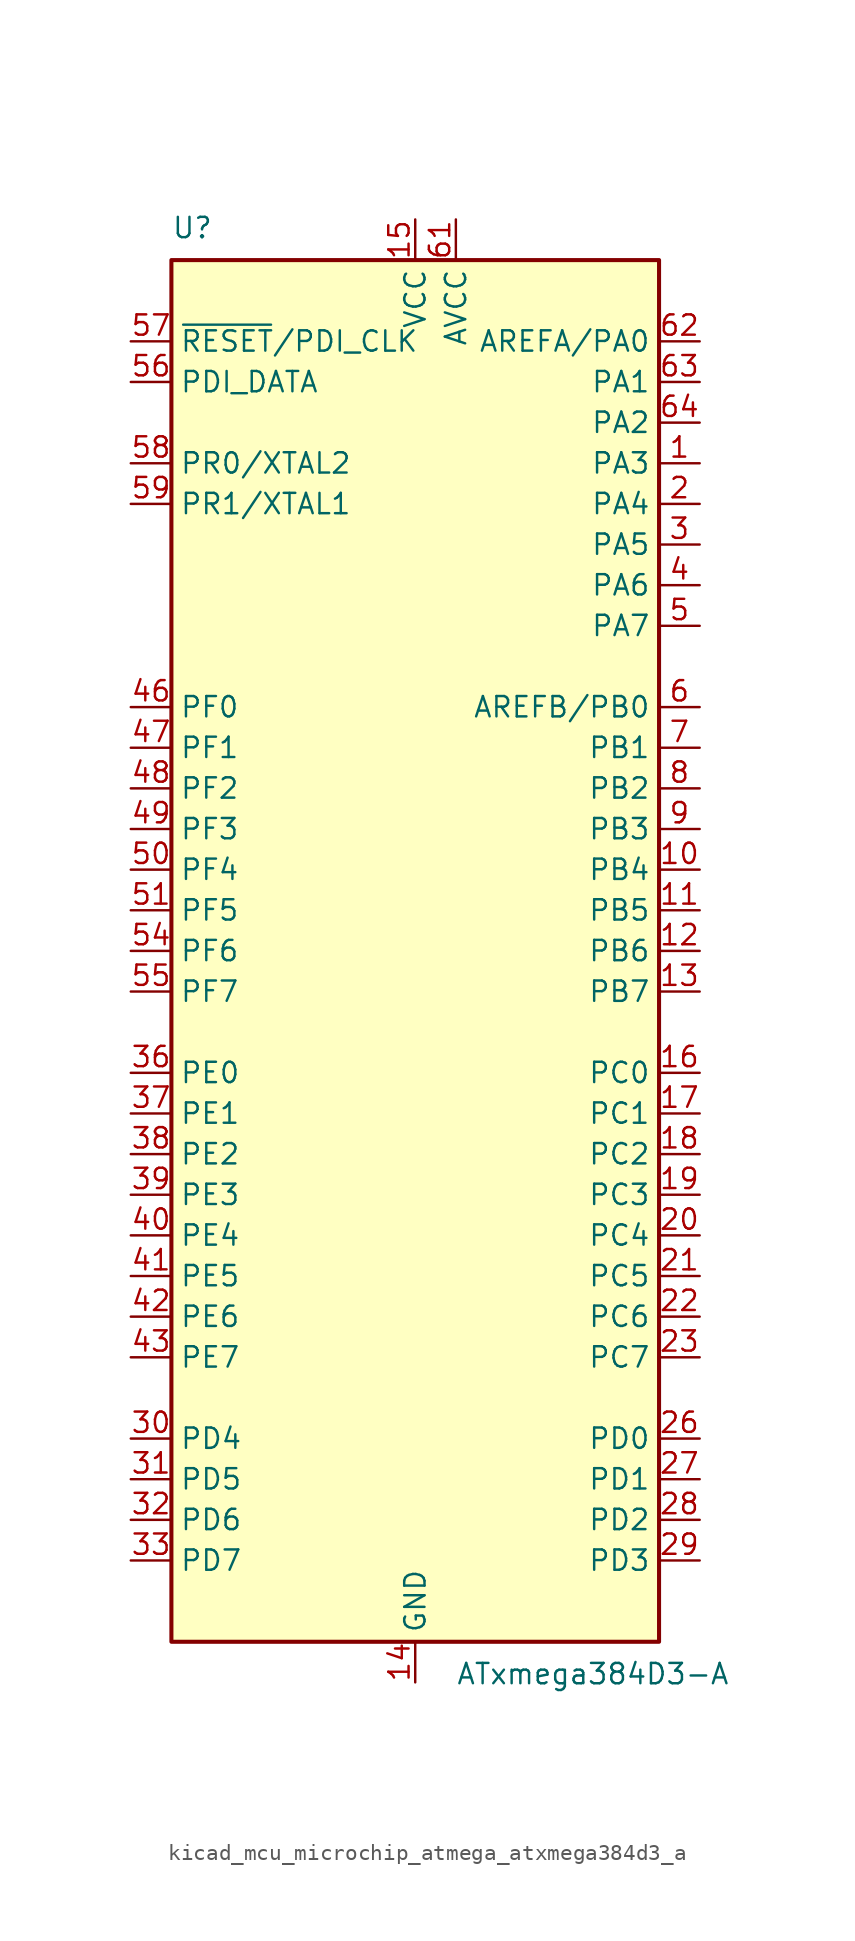
<source format=kicad_sym>
(kicad_symbol_lib
  (version 20220914)
  (generator kicad_symbol_editor)
  (symbol "kicad_mcu_microchip_atmega_atxmega384d3_a"
    (property "Reference" "U"
      (at -15.24 44.45 0)
      (effects (font (size 1.27 1.27)) (justify left bottom)))
    (property "Value" "ATxmega384D3-A"
      (at 2.54 -44.45 0)
      (effects (font (size 1.27 1.27)) (justify left top)))
    (symbol "kicad_mcu_microchip_atmega_atxmega384d3_a_0_1"
      (rectangle (start -15.24 -43.18) (end 15.24 43.18) (stroke (width 0.254) (type default)) (fill (type background))))
    (symbol "kicad_mcu_microchip_atmega_atxmega384d3_a_1_1"
      (pin bidirectional line (at 17.78 30.48 180) (length 2.54) (name "PA3" (effects (font (size 1.27 1.27)))) (number "1" (effects (font (size 1.27 1.27)))))
      (pin bidirectional line (at 17.78 5.08 180) (length 2.54) (name "PB4" (effects (font (size 1.27 1.27)))) (number "10" (effects (font (size 1.27 1.27)))))
      (pin bidirectional line (at 17.78 2.54 180) (length 2.54) (name "PB5" (effects (font (size 1.27 1.27)))) (number "11" (effects (font (size 1.27 1.27)))))
      (pin bidirectional line (at 17.78 0 180) (length 2.54) (name "PB6" (effects (font (size 1.27 1.27)))) (number "12" (effects (font (size 1.27 1.27)))))
      (pin bidirectional line (at 17.78 -2.54 180) (length 2.54) (name "PB7" (effects (font (size 1.27 1.27)))) (number "13" (effects (font (size 1.27 1.27)))))
      (pin power_in line (at 0 -45.72 90) (length 2.54) (name "GND" (effects (font (size 1.27 1.27)))) (number "14" (effects (font (size 1.27 1.27)))))
      (pin power_in line (at 0 45.72 270) (length 2.54) (name "VCC" (effects (font (size 1.27 1.27)))) (number "15" (effects (font (size 1.27 1.27)))))
      (pin bidirectional line (at 17.78 -7.62 180) (length 2.54) (name "PC0" (effects (font (size 1.27 1.27)))) (number "16" (effects (font (size 1.27 1.27)))))
      (pin bidirectional line (at 17.78 -10.16 180) (length 2.54) (name "PC1" (effects (font (size 1.27 1.27)))) (number "17" (effects (font (size 1.27 1.27)))))
      (pin bidirectional line (at 17.78 -12.7 180) (length 2.54) (name "PC2" (effects (font (size 1.27 1.27)))) (number "18" (effects (font (size 1.27 1.27)))))
      (pin bidirectional line (at 17.78 -15.24 180) (length 2.54) (name "PC3" (effects (font (size 1.27 1.27)))) (number "19" (effects (font (size 1.27 1.27)))))
      (pin bidirectional line (at 17.78 27.94 180) (length 2.54) (name "PA4" (effects (font (size 1.27 1.27)))) (number "2" (effects (font (size 1.27 1.27)))))
      (pin bidirectional line (at 17.78 -17.78 180) (length 2.54) (name "PC4" (effects (font (size 1.27 1.27)))) (number "20" (effects (font (size 1.27 1.27)))))
      (pin bidirectional line (at 17.78 -20.32 180) (length 2.54) (name "PC5" (effects (font (size 1.27 1.27)))) (number "21" (effects (font (size 1.27 1.27)))))
      (pin bidirectional line (at 17.78 -22.86 180) (length 2.54) (name "PC6" (effects (font (size 1.27 1.27)))) (number "22" (effects (font (size 1.27 1.27)))))
      (pin bidirectional line (at 17.78 -25.4 180) (length 2.54) (name "PC7" (effects (font (size 1.27 1.27)))) (number "23" (effects (font (size 1.27 1.27)))))
      (pin passive line (at 0 -45.72 90) (length 2.54) hide (name "GND" (effects (font (size 1.27 1.27)))) (number "24" (effects (font (size 1.27 1.27)))))
      (pin passive line (at 0 45.72 270) (length 2.54) hide (name "VCC" (effects (font (size 1.27 1.27)))) (number "25" (effects (font (size 1.27 1.27)))))
      (pin bidirectional line (at 17.78 -30.48 180) (length 2.54) (name "PD0" (effects (font (size 1.27 1.27)))) (number "26" (effects (font (size 1.27 1.27)))))
      (pin bidirectional line (at 17.78 -33.02 180) (length 2.54) (name "PD1" (effects (font (size 1.27 1.27)))) (number "27" (effects (font (size 1.27 1.27)))))
      (pin bidirectional line (at 17.78 -35.56 180) (length 2.54) (name "PD2" (effects (font (size 1.27 1.27)))) (number "28" (effects (font (size 1.27 1.27)))))
      (pin bidirectional line (at 17.78 -38.1 180) (length 2.54) (name "PD3" (effects (font (size 1.27 1.27)))) (number "29" (effects (font (size 1.27 1.27)))))
      (pin bidirectional line (at 17.78 25.4 180) (length 2.54) (name "PA5" (effects (font (size 1.27 1.27)))) (number "3" (effects (font (size 1.27 1.27)))))
      (pin bidirectional line (at -17.78 -30.48 0) (length 2.54) (name "PD4" (effects (font (size 1.27 1.27)))) (number "30" (effects (font (size 1.27 1.27)))))
      (pin bidirectional line (at -17.78 -33.02 0) (length 2.54) (name "PD5" (effects (font (size 1.27 1.27)))) (number "31" (effects (font (size 1.27 1.27)))))
      (pin bidirectional line (at -17.78 -35.56 0) (length 2.54) (name "PD6" (effects (font (size 1.27 1.27)))) (number "32" (effects (font (size 1.27 1.27)))))
      (pin bidirectional line (at -17.78 -38.1 0) (length 2.54) (name "PD7" (effects (font (size 1.27 1.27)))) (number "33" (effects (font (size 1.27 1.27)))))
      (pin passive line (at 0 -45.72 90) (length 2.54) hide (name "GND" (effects (font (size 1.27 1.27)))) (number "34" (effects (font (size 1.27 1.27)))))
      (pin passive line (at 0 45.72 270) (length 2.54) hide (name "VCC" (effects (font (size 1.27 1.27)))) (number "35" (effects (font (size 1.27 1.27)))))
      (pin bidirectional line (at -17.78 -7.62 0) (length 2.54) (name "PE0" (effects (font (size 1.27 1.27)))) (number "36" (effects (font (size 1.27 1.27)))))
      (pin bidirectional line (at -17.78 -10.16 0) (length 2.54) (name "PE1" (effects (font (size 1.27 1.27)))) (number "37" (effects (font (size 1.27 1.27)))))
      (pin bidirectional line (at -17.78 -12.7 0) (length 2.54) (name "PE2" (effects (font (size 1.27 1.27)))) (number "38" (effects (font (size 1.27 1.27)))))
      (pin bidirectional line (at -17.78 -15.24 0) (length 2.54) (name "PE3" (effects (font (size 1.27 1.27)))) (number "39" (effects (font (size 1.27 1.27)))))
      (pin bidirectional line (at 17.78 22.86 180) (length 2.54) (name "PA6" (effects (font (size 1.27 1.27)))) (number "4" (effects (font (size 1.27 1.27)))))
      (pin bidirectional line (at -17.78 -17.78 0) (length 2.54) (name "PE4" (effects (font (size 1.27 1.27)))) (number "40" (effects (font (size 1.27 1.27)))))
      (pin bidirectional line (at -17.78 -20.32 0) (length 2.54) (name "PE5" (effects (font (size 1.27 1.27)))) (number "41" (effects (font (size 1.27 1.27)))))
      (pin bidirectional line (at -17.78 -22.86 0) (length 2.54) (name "PE6" (effects (font (size 1.27 1.27)))) (number "42" (effects (font (size 1.27 1.27)))))
      (pin bidirectional line (at -17.78 -25.4 0) (length 2.54) (name "PE7" (effects (font (size 1.27 1.27)))) (number "43" (effects (font (size 1.27 1.27)))))
      (pin passive line (at 0 -45.72 90) (length 2.54) hide (name "GND" (effects (font (size 1.27 1.27)))) (number "44" (effects (font (size 1.27 1.27)))))
      (pin passive line (at 0 45.72 270) (length 2.54) hide (name "VCC" (effects (font (size 1.27 1.27)))) (number "45" (effects (font (size 1.27 1.27)))))
      (pin bidirectional line (at -17.78 15.24 0) (length 2.54) (name "PF0" (effects (font (size 1.27 1.27)))) (number "46" (effects (font (size 1.27 1.27)))))
      (pin bidirectional line (at -17.78 12.7 0) (length 2.54) (name "PF1" (effects (font (size 1.27 1.27)))) (number "47" (effects (font (size 1.27 1.27)))))
      (pin bidirectional line (at -17.78 10.16 0) (length 2.54) (name "PF2" (effects (font (size 1.27 1.27)))) (number "48" (effects (font (size 1.27 1.27)))))
      (pin bidirectional line (at -17.78 7.62 0) (length 2.54) (name "PF3" (effects (font (size 1.27 1.27)))) (number "49" (effects (font (size 1.27 1.27)))))
      (pin bidirectional line (at 17.78 20.32 180) (length 2.54) (name "PA7" (effects (font (size 1.27 1.27)))) (number "5" (effects (font (size 1.27 1.27)))))
      (pin bidirectional line (at -17.78 5.08 0) (length 2.54) (name "PF4" (effects (font (size 1.27 1.27)))) (number "50" (effects (font (size 1.27 1.27)))))
      (pin bidirectional line (at -17.78 2.54 0) (length 2.54) (name "PF5" (effects (font (size 1.27 1.27)))) (number "51" (effects (font (size 1.27 1.27)))))
      (pin passive line (at 0 -45.72 90) (length 2.54) hide (name "GND" (effects (font (size 1.27 1.27)))) (number "52" (effects (font (size 1.27 1.27)))))
      (pin passive line (at 0 45.72 270) (length 2.54) hide (name "VCC" (effects (font (size 1.27 1.27)))) (number "53" (effects (font (size 1.27 1.27)))))
      (pin bidirectional line (at -17.78 0 0) (length 2.54) (name "PF6" (effects (font (size 1.27 1.27)))) (number "54" (effects (font (size 1.27 1.27)))))
      (pin bidirectional line (at -17.78 -2.54 0) (length 2.54) (name "PF7" (effects (font (size 1.27 1.27)))) (number "55" (effects (font (size 1.27 1.27)))))
      (pin bidirectional line (at -17.78 35.56 0) (length 2.54) (name "PDI_DATA" (effects (font (size 1.27 1.27)))) (number "56" (effects (font (size 1.27 1.27)))))
      (pin input line (at -17.78 38.1 0) (length 2.54) (name "~{RESET}/PDI_CLK" (effects (font (size 1.27 1.27)))) (number "57" (effects (font (size 1.27 1.27)))))
      (pin bidirectional line (at -17.78 30.48 0) (length 2.54) (name "PR0/XTAL2" (effects (font (size 1.27 1.27)))) (number "58" (effects (font (size 1.27 1.27)))))
      (pin bidirectional line (at -17.78 27.94 0) (length 2.54) (name "PR1/XTAL1" (effects (font (size 1.27 1.27)))) (number "59" (effects (font (size 1.27 1.27)))))
      (pin bidirectional line (at 17.78 15.24 180) (length 2.54) (name "AREFB/PB0" (effects (font (size 1.27 1.27)))) (number "6" (effects (font (size 1.27 1.27)))))
      (pin passive line (at 0 -45.72 90) (length 2.54) hide (name "GND" (effects (font (size 1.27 1.27)))) (number "60" (effects (font (size 1.27 1.27)))))
      (pin power_in line (at 2.54 45.72 270) (length 2.54) (name "AVCC" (effects (font (size 1.27 1.27)))) (number "61" (effects (font (size 1.27 1.27)))))
      (pin bidirectional line (at 17.78 38.1 180) (length 2.54) (name "AREFA/PA0" (effects (font (size 1.27 1.27)))) (number "62" (effects (font (size 1.27 1.27)))))
      (pin bidirectional line (at 17.78 35.56 180) (length 2.54) (name "PA1" (effects (font (size 1.27 1.27)))) (number "63" (effects (font (size 1.27 1.27)))))
      (pin bidirectional line (at 17.78 33.02 180) (length 2.54) (name "PA2" (effects (font (size 1.27 1.27)))) (number "64" (effects (font (size 1.27 1.27)))))
      (pin bidirectional line (at 17.78 12.7 180) (length 2.54) (name "PB1" (effects (font (size 1.27 1.27)))) (number "7" (effects (font (size 1.27 1.27)))))
      (pin bidirectional line (at 17.78 10.16 180) (length 2.54) (name "PB2" (effects (font (size 1.27 1.27)))) (number "8" (effects (font (size 1.27 1.27)))))
      (pin bidirectional line (at 17.78 7.62 180) (length 2.54) (name "PB3" (effects (font (size 1.27 1.27)))) (number "9" (effects (font (size 1.27 1.27))))))))
</source>
